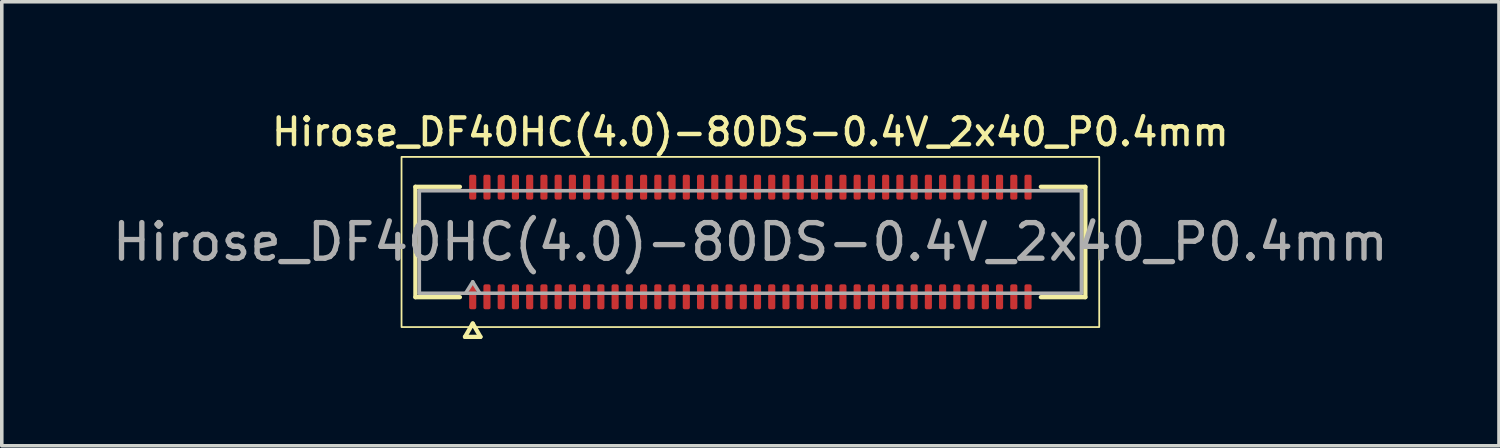
<source format=kicad_pcb>
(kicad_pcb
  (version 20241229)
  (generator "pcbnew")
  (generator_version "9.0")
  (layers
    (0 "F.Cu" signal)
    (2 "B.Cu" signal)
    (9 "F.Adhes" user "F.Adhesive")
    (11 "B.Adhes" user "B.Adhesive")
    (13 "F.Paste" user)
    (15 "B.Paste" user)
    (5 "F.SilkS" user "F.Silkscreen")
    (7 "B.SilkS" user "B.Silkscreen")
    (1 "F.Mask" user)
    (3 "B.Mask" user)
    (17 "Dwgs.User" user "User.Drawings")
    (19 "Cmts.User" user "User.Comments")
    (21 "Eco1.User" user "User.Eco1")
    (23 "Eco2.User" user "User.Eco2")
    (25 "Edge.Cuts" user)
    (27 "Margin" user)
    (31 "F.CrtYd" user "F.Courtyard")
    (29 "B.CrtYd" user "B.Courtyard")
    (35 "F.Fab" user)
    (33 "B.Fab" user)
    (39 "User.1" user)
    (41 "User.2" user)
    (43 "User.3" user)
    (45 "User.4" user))
  (footprint "Hirose_DF40HC(4.0)-80DS-0.4V_2x40_P0.4mm"
    (layer "F.Cu")
    (at 18.03 3.748)
    (property "Reference" "Hirose_DF40HC(4.0)-80DS-0.4V_2x40_P0.4mm" (at 0 -3.09 0) (layer "F.SilkS") (effects (font (size 0.75 0.75) (thickness 0.125))))
    (attr smd)
    (fp_line (start -9.41 -1.55) (end -8.16 -1.55) (stroke (width 0.12) (type solid)) (layer "F.SilkS"))
    (fp_line (start -9.41 1.55) (end -9.41 -1.55) (stroke (width 0.12) (type solid)) (layer "F.SilkS"))
    (fp_line (start -8.16 1.55) (end -9.41 1.55) (stroke (width 0.12) (type solid)) (layer "F.SilkS"))
    (fp_line (start -8.017 2.665) (end -7.8 2.29) (stroke (width 0.12) (type solid)) (layer "F.SilkS"))
    (fp_line (start -7.8 2.29) (end -7.583 2.665) (stroke (width 0.12) (type solid)) (layer "F.SilkS"))
    (fp_line (start -7.583 2.665) (end -8.017 2.665) (stroke (width 0.12) (type solid)) (layer "F.SilkS"))
    (fp_line (start 8.16 -1.55) (end 9.41 -1.55) (stroke (width 0.12) (type solid)) (layer "F.SilkS"))
    (fp_line (start 9.41 -1.55) (end 9.41 1.55) (stroke (width 0.12) (type solid)) (layer "F.SilkS"))
    (fp_line (start 9.41 1.55) (end 8.16 1.55) (stroke (width 0.12) (type solid)) (layer "F.SilkS"))
    (fp_rect (start -9.8 -2.39) (end 9.8 2.39) (stroke (width 0.05) (type solid)) (fill no) (layer "F.SilkS"))
    (fp_line (start -9.3 -1.44) (end 9.3 -1.44) (stroke (width 0.1) (type solid)) (layer "F.Fab"))
    (fp_line (start -9.3 1.44) (end -9.3 -1.44) (stroke (width 0.1) (type solid)) (layer "F.Fab"))
    (fp_line (start -8 1.44) (end -7.8 1.12) (stroke (width 0.1) (type solid)) (layer "F.Fab"))
    (fp_line (start -7.8 1.12) (end -7.6 1.44) (stroke (width 0.1) (type solid)) (layer "F.Fab"))
    (fp_line (start 9.3 -1.44) (end 9.3 1.44) (stroke (width 0.1) (type solid)) (layer "F.Fab"))
    (fp_line (start 9.3 1.44) (end -9.3 1.44) (stroke (width 0.1) (type solid)) (layer "F.Fab"))
    (fp_text user "${REFERENCE}" (at 0 0 0) (layer "F.Fab") (effects (font (size 1 1) (thickness 0.15))))
    (pad "1" smd roundrect (at -7.8 1.54) (size 0.2 0.7) (layers "F.Cu" "F.Mask" "F.Paste") (roundrect_rratio 0.25))
    (pad "2" smd roundrect (at -7.8 -1.54) (size 0.2 0.7) (layers "F.Cu" "F.Mask" "F.Paste") (roundrect_rratio 0.25))
    (pad "3" smd roundrect (at -7.4 1.54) (size 0.2 0.7) (layers "F.Cu" "F.Mask" "F.Paste") (roundrect_rratio 0.25))
    (pad "4" smd roundrect (at -7.4 -1.54) (size 0.2 0.7) (layers "F.Cu" "F.Mask" "F.Paste") (roundrect_rratio 0.25))
    (pad "5" smd roundrect (at -7 1.54) (size 0.2 0.7) (layers "F.Cu" "F.Mask" "F.Paste") (roundrect_rratio 0.25))
    (pad "6" smd roundrect (at -7 -1.54) (size 0.2 0.7) (layers "F.Cu" "F.Mask" "F.Paste") (roundrect_rratio 0.25))
    (pad "7" smd roundrect (at -6.6 1.54) (size 0.2 0.7) (layers "F.Cu" "F.Mask" "F.Paste") (roundrect_rratio 0.25))
    (pad "8" smd roundrect (at -6.6 -1.54) (size 0.2 0.7) (layers "F.Cu" "F.Mask" "F.Paste") (roundrect_rratio 0.25))
    (pad "9" smd roundrect (at -6.2 1.54) (size 0.2 0.7) (layers "F.Cu" "F.Mask" "F.Paste") (roundrect_rratio 0.25))
    (pad "10" smd roundrect (at -6.2 -1.54) (size 0.2 0.7) (layers "F.Cu" "F.Mask" "F.Paste") (roundrect_rratio 0.25))
    (pad "11" smd roundrect (at -5.8 1.54) (size 0.2 0.7) (layers "F.Cu" "F.Mask" "F.Paste") (roundrect_rratio 0.25))
    (pad "12" smd roundrect (at -5.8 -1.54) (size 0.2 0.7) (layers "F.Cu" "F.Mask" "F.Paste") (roundrect_rratio 0.25))
    (pad "13" smd roundrect (at -5.4 1.54) (size 0.2 0.7) (layers "F.Cu" "F.Mask" "F.Paste") (roundrect_rratio 0.25))
    (pad "14" smd roundrect (at -5.4 -1.54) (size 0.2 0.7) (layers "F.Cu" "F.Mask" "F.Paste") (roundrect_rratio 0.25))
    (pad "15" smd roundrect (at -5 1.54) (size 0.2 0.7) (layers "F.Cu" "F.Mask" "F.Paste") (roundrect_rratio 0.25))
    (pad "16" smd roundrect (at -5 -1.54) (size 0.2 0.7) (layers "F.Cu" "F.Mask" "F.Paste") (roundrect_rratio 0.25))
    (pad "17" smd roundrect (at -4.6 1.54) (size 0.2 0.7) (layers "F.Cu" "F.Mask" "F.Paste") (roundrect_rratio 0.25))
    (pad "18" smd roundrect (at -4.6 -1.54) (size 0.2 0.7) (layers "F.Cu" "F.Mask" "F.Paste") (roundrect_rratio 0.25))
    (pad "19" smd roundrect (at -4.2 1.54) (size 0.2 0.7) (layers "F.Cu" "F.Mask" "F.Paste") (roundrect_rratio 0.25))
    (pad "20" smd roundrect (at -4.2 -1.54) (size 0.2 0.7) (layers "F.Cu" "F.Mask" "F.Paste") (roundrect_rratio 0.25))
    (pad "21" smd roundrect (at -3.8 1.54) (size 0.2 0.7) (layers "F.Cu" "F.Mask" "F.Paste") (roundrect_rratio 0.25))
    (pad "22" smd roundrect (at -3.8 -1.54) (size 0.2 0.7) (layers "F.Cu" "F.Mask" "F.Paste") (roundrect_rratio 0.25))
    (pad "23" smd roundrect (at -3.4 1.54) (size 0.2 0.7) (layers "F.Cu" "F.Mask" "F.Paste") (roundrect_rratio 0.25))
    (pad "24" smd roundrect (at -3.4 -1.54) (size 0.2 0.7) (layers "F.Cu" "F.Mask" "F.Paste") (roundrect_rratio 0.25))
    (pad "25" smd roundrect (at -3 1.54) (size 0.2 0.7) (layers "F.Cu" "F.Mask" "F.Paste") (roundrect_rratio 0.25))
    (pad "26" smd roundrect (at -3 -1.54) (size 0.2 0.7) (layers "F.Cu" "F.Mask" "F.Paste") (roundrect_rratio 0.25))
    (pad "27" smd roundrect (at -2.6 1.54) (size 0.2 0.7) (layers "F.Cu" "F.Mask" "F.Paste") (roundrect_rratio 0.25))
    (pad "28" smd roundrect (at -2.6 -1.54) (size 0.2 0.7) (layers "F.Cu" "F.Mask" "F.Paste") (roundrect_rratio 0.25))
    (pad "29" smd roundrect (at -2.2 1.54) (size 0.2 0.7) (layers "F.Cu" "F.Mask" "F.Paste") (roundrect_rratio 0.25))
    (pad "30" smd roundrect (at -2.2 -1.54) (size 0.2 0.7) (layers "F.Cu" "F.Mask" "F.Paste") (roundrect_rratio 0.25))
    (pad "31" smd roundrect (at -1.8 1.54) (size 0.2 0.7) (layers "F.Cu" "F.Mask" "F.Paste") (roundrect_rratio 0.25))
    (pad "32" smd roundrect (at -1.8 -1.54) (size 0.2 0.7) (layers "F.Cu" "F.Mask" "F.Paste") (roundrect_rratio 0.25))
    (pad "33" smd roundrect (at -1.4 1.54) (size 0.2 0.7) (layers "F.Cu" "F.Mask" "F.Paste") (roundrect_rratio 0.25))
    (pad "34" smd roundrect (at -1.4 -1.54) (size 0.2 0.7) (layers "F.Cu" "F.Mask" "F.Paste") (roundrect_rratio 0.25))
    (pad "35" smd roundrect (at -1 1.54) (size 0.2 0.7) (layers "F.Cu" "F.Mask" "F.Paste") (roundrect_rratio 0.25))
    (pad "36" smd roundrect (at -1 -1.54) (size 0.2 0.7) (layers "F.Cu" "F.Mask" "F.Paste") (roundrect_rratio 0.25))
    (pad "37" smd roundrect (at -0.6 1.54) (size 0.2 0.7) (layers "F.Cu" "F.Mask" "F.Paste") (roundrect_rratio 0.25))
    (pad "38" smd roundrect (at -0.6 -1.54) (size 0.2 0.7) (layers "F.Cu" "F.Mask" "F.Paste") (roundrect_rratio 0.25))
    (pad "39" smd roundrect (at -0.2 1.54) (size 0.2 0.7) (layers "F.Cu" "F.Mask" "F.Paste") (roundrect_rratio 0.25))
    (pad "40" smd roundrect (at -0.2 -1.54) (size 0.2 0.7) (layers "F.Cu" "F.Mask" "F.Paste") (roundrect_rratio 0.25))
    (pad "41" smd roundrect (at 0.2 1.54) (size 0.2 0.7) (layers "F.Cu" "F.Mask" "F.Paste") (roundrect_rratio 0.25))
    (pad "42" smd roundrect (at 0.2 -1.54) (size 0.2 0.7) (layers "F.Cu" "F.Mask" "F.Paste") (roundrect_rratio 0.25))
    (pad "43" smd roundrect (at 0.6 1.54) (size 0.2 0.7) (layers "F.Cu" "F.Mask" "F.Paste") (roundrect_rratio 0.25))
    (pad "44" smd roundrect (at 0.6 -1.54) (size 0.2 0.7) (layers "F.Cu" "F.Mask" "F.Paste") (roundrect_rratio 0.25))
    (pad "45" smd roundrect (at 1 1.54) (size 0.2 0.7) (layers "F.Cu" "F.Mask" "F.Paste") (roundrect_rratio 0.25))
    (pad "46" smd roundrect (at 1 -1.54) (size 0.2 0.7) (layers "F.Cu" "F.Mask" "F.Paste") (roundrect_rratio 0.25))
    (pad "47" smd roundrect (at 1.4 1.54) (size 0.2 0.7) (layers "F.Cu" "F.Mask" "F.Paste") (roundrect_rratio 0.25))
    (pad "48" smd roundrect (at 1.4 -1.54) (size 0.2 0.7) (layers "F.Cu" "F.Mask" "F.Paste") (roundrect_rratio 0.25))
    (pad "49" smd roundrect (at 1.8 1.54) (size 0.2 0.7) (layers "F.Cu" "F.Mask" "F.Paste") (roundrect_rratio 0.25))
    (pad "50" smd roundrect (at 1.8 -1.54) (size 0.2 0.7) (layers "F.Cu" "F.Mask" "F.Paste") (roundrect_rratio 0.25))
    (pad "51" smd roundrect (at 2.2 1.54) (size 0.2 0.7) (layers "F.Cu" "F.Mask" "F.Paste") (roundrect_rratio 0.25))
    (pad "52" smd roundrect (at 2.2 -1.54) (size 0.2 0.7) (layers "F.Cu" "F.Mask" "F.Paste") (roundrect_rratio 0.25))
    (pad "53" smd roundrect (at 2.6 1.54) (size 0.2 0.7) (layers "F.Cu" "F.Mask" "F.Paste") (roundrect_rratio 0.25))
    (pad "54" smd roundrect (at 2.6 -1.54) (size 0.2 0.7) (layers "F.Cu" "F.Mask" "F.Paste") (roundrect_rratio 0.25))
    (pad "55" smd roundrect (at 3 1.54) (size 0.2 0.7) (layers "F.Cu" "F.Mask" "F.Paste") (roundrect_rratio 0.25))
    (pad "56" smd roundrect (at 3 -1.54) (size 0.2 0.7) (layers "F.Cu" "F.Mask" "F.Paste") (roundrect_rratio 0.25))
    (pad "57" smd roundrect (at 3.4 1.54) (size 0.2 0.7) (layers "F.Cu" "F.Mask" "F.Paste") (roundrect_rratio 0.25))
    (pad "58" smd roundrect (at 3.4 -1.54) (size 0.2 0.7) (layers "F.Cu" "F.Mask" "F.Paste") (roundrect_rratio 0.25))
    (pad "59" smd roundrect (at 3.8 1.54) (size 0.2 0.7) (layers "F.Cu" "F.Mask" "F.Paste") (roundrect_rratio 0.25))
    (pad "60" smd roundrect (at 3.8 -1.54) (size 0.2 0.7) (layers "F.Cu" "F.Mask" "F.Paste") (roundrect_rratio 0.25))
    (pad "61" smd roundrect (at 4.2 1.54) (size 0.2 0.7) (layers "F.Cu" "F.Mask" "F.Paste") (roundrect_rratio 0.25))
    (pad "62" smd roundrect (at 4.2 -1.54) (size 0.2 0.7) (layers "F.Cu" "F.Mask" "F.Paste") (roundrect_rratio 0.25))
    (pad "63" smd roundrect (at 4.6 1.54) (size 0.2 0.7) (layers "F.Cu" "F.Mask" "F.Paste") (roundrect_rratio 0.25))
    (pad "64" smd roundrect (at 4.6 -1.54) (size 0.2 0.7) (layers "F.Cu" "F.Mask" "F.Paste") (roundrect_rratio 0.25))
    (pad "65" smd roundrect (at 5 1.54) (size 0.2 0.7) (layers "F.Cu" "F.Mask" "F.Paste") (roundrect_rratio 0.25))
    (pad "66" smd roundrect (at 5 -1.54) (size 0.2 0.7) (layers "F.Cu" "F.Mask" "F.Paste") (roundrect_rratio 0.25))
    (pad "67" smd roundrect (at 5.4 1.54) (size 0.2 0.7) (layers "F.Cu" "F.Mask" "F.Paste") (roundrect_rratio 0.25))
    (pad "68" smd roundrect (at 5.4 -1.54) (size 0.2 0.7) (layers "F.Cu" "F.Mask" "F.Paste") (roundrect_rratio 0.25))
    (pad "69" smd roundrect (at 5.8 1.54) (size 0.2 0.7) (layers "F.Cu" "F.Mask" "F.Paste") (roundrect_rratio 0.25))
    (pad "70" smd roundrect (at 5.8 -1.54) (size 0.2 0.7) (layers "F.Cu" "F.Mask" "F.Paste") (roundrect_rratio 0.25))
    (pad "71" smd roundrect (at 6.2 1.54) (size 0.2 0.7) (layers "F.Cu" "F.Mask" "F.Paste") (roundrect_rratio 0.25))
    (pad "72" smd roundrect (at 6.2 -1.54) (size 0.2 0.7) (layers "F.Cu" "F.Mask" "F.Paste") (roundrect_rratio 0.25))
    (pad "73" smd roundrect (at 6.6 1.54) (size 0.2 0.7) (layers "F.Cu" "F.Mask" "F.Paste") (roundrect_rratio 0.25))
    (pad "74" smd roundrect (at 6.6 -1.54) (size 0.2 0.7) (layers "F.Cu" "F.Mask" "F.Paste") (roundrect_rratio 0.25))
    (pad "75" smd roundrect (at 7 1.54) (size 0.2 0.7) (layers "F.Cu" "F.Mask" "F.Paste") (roundrect_rratio 0.25))
    (pad "76" smd roundrect (at 7 -1.54) (size 0.2 0.7) (layers "F.Cu" "F.Mask" "F.Paste") (roundrect_rratio 0.25))
    (pad "77" smd roundrect (at 7.4 1.54) (size 0.2 0.7) (layers "F.Cu" "F.Mask" "F.Paste") (roundrect_rratio 0.25))
    (pad "78" smd roundrect (at 7.4 -1.54) (size 0.2 0.7) (layers "F.Cu" "F.Mask" "F.Paste") (roundrect_rratio 0.25))
    (pad "79" smd roundrect (at 7.8 1.54) (size 0.2 0.7) (layers "F.Cu" "F.Mask" "F.Paste") (roundrect_rratio 0.25))
    (pad "80" smd roundrect (at 7.8 -1.54) (size 0.2 0.7) (layers "F.Cu" "F.Mask" "F.Paste") (roundrect_rratio 0.25)))
  (gr_rect
    (start -3 -3)
    (end 39.06 9.473)
    (stroke (width 0.1) (type default))
    (fill no)
    (layer "Edge.Cuts")))
</source>
